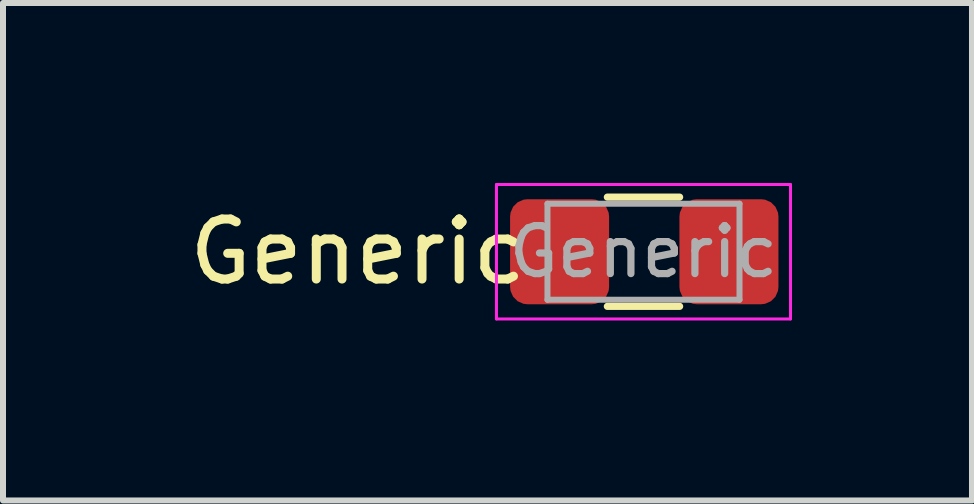
<source format=kicad_pcb>
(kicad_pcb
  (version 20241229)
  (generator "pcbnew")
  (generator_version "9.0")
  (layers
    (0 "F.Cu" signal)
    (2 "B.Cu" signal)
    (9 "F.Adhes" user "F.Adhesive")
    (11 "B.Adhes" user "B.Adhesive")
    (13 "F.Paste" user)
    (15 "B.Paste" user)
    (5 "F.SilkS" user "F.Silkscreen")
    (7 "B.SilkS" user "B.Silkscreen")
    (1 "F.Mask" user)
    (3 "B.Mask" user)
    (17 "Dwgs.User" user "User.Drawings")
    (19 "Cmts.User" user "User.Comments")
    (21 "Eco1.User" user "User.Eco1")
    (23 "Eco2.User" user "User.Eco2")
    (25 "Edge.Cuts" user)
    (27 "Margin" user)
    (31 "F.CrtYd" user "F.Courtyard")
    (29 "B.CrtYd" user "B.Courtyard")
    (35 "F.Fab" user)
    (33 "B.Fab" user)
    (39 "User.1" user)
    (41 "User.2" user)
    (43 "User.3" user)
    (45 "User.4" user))
  (footprint "Generic"
    (layer "F.Cu")
    (at 7.661 1.145)
    (property "Reference" "Generic" (at -4.75 0 0) (unlocked yes) (layer "F.SilkS") (effects (font (size 1 1) (thickness 0.15))))
    (attr smd)
    (fp_line (start -0.59 -0.91) (end 0.614 -0.91) (stroke (width 0.12) (type solid)) (layer "F.SilkS"))
    (fp_line (start -0.59 0.91) (end 0.614 0.91) (stroke (width 0.12) (type solid)) (layer "F.SilkS"))
    (fp_line (start -2.438 -1.12) (end 2.462 -1.12) (stroke (width 0.05) (type solid)) (layer "F.CrtYd"))
    (fp_line (start -2.438 1.12) (end -2.438 -1.12) (stroke (width 0.05) (type solid)) (layer "F.CrtYd"))
    (fp_line (start 2.462 -1.12) (end 2.462 1.12) (stroke (width 0.05) (type solid)) (layer "F.CrtYd"))
    (fp_line (start 2.462 1.12) (end -2.438 1.12) (stroke (width 0.05) (type solid)) (layer "F.CrtYd"))
    (fp_line (start -1.588 -0.8) (end 1.612 -0.8) (stroke (width 0.1) (type solid)) (layer "F.Fab"))
    (fp_line (start -1.588 0.8) (end -1.588 -0.8) (stroke (width 0.1) (type solid)) (layer "F.Fab"))
    (fp_line (start 1.612 -0.8) (end 1.612 0.8) (stroke (width 0.1) (type solid)) (layer "F.Fab"))
    (fp_line (start 1.612 0.8) (end -1.588 0.8) (stroke (width 0.1) (type solid)) (layer "F.Fab"))
    (fp_text user "${REFERENCE}" (at 0.012 0 0) (layer "F.Fab") (effects (font (size 0.8 0.8) (thickness 0.12))))
    (pad "1" smd roundrect (at -1.386 0) (size 1.65 1.75) (layers "F.Cu" "F.Mask" "F.Paste") (roundrect_rratio 0.175))
    (pad "2" smd roundrect (at 1.436 0) (size 1.65 1.75) (layers "F.Cu" "F.Mask" "F.Paste") (roundrect_rratio 0.175)))
  (gr_rect
    (start -3 -3)
    (end 13.147 5.29)
    (stroke (width 0.1) (type default))
    (fill no)
    (layer "Edge.Cuts")))
</source>
